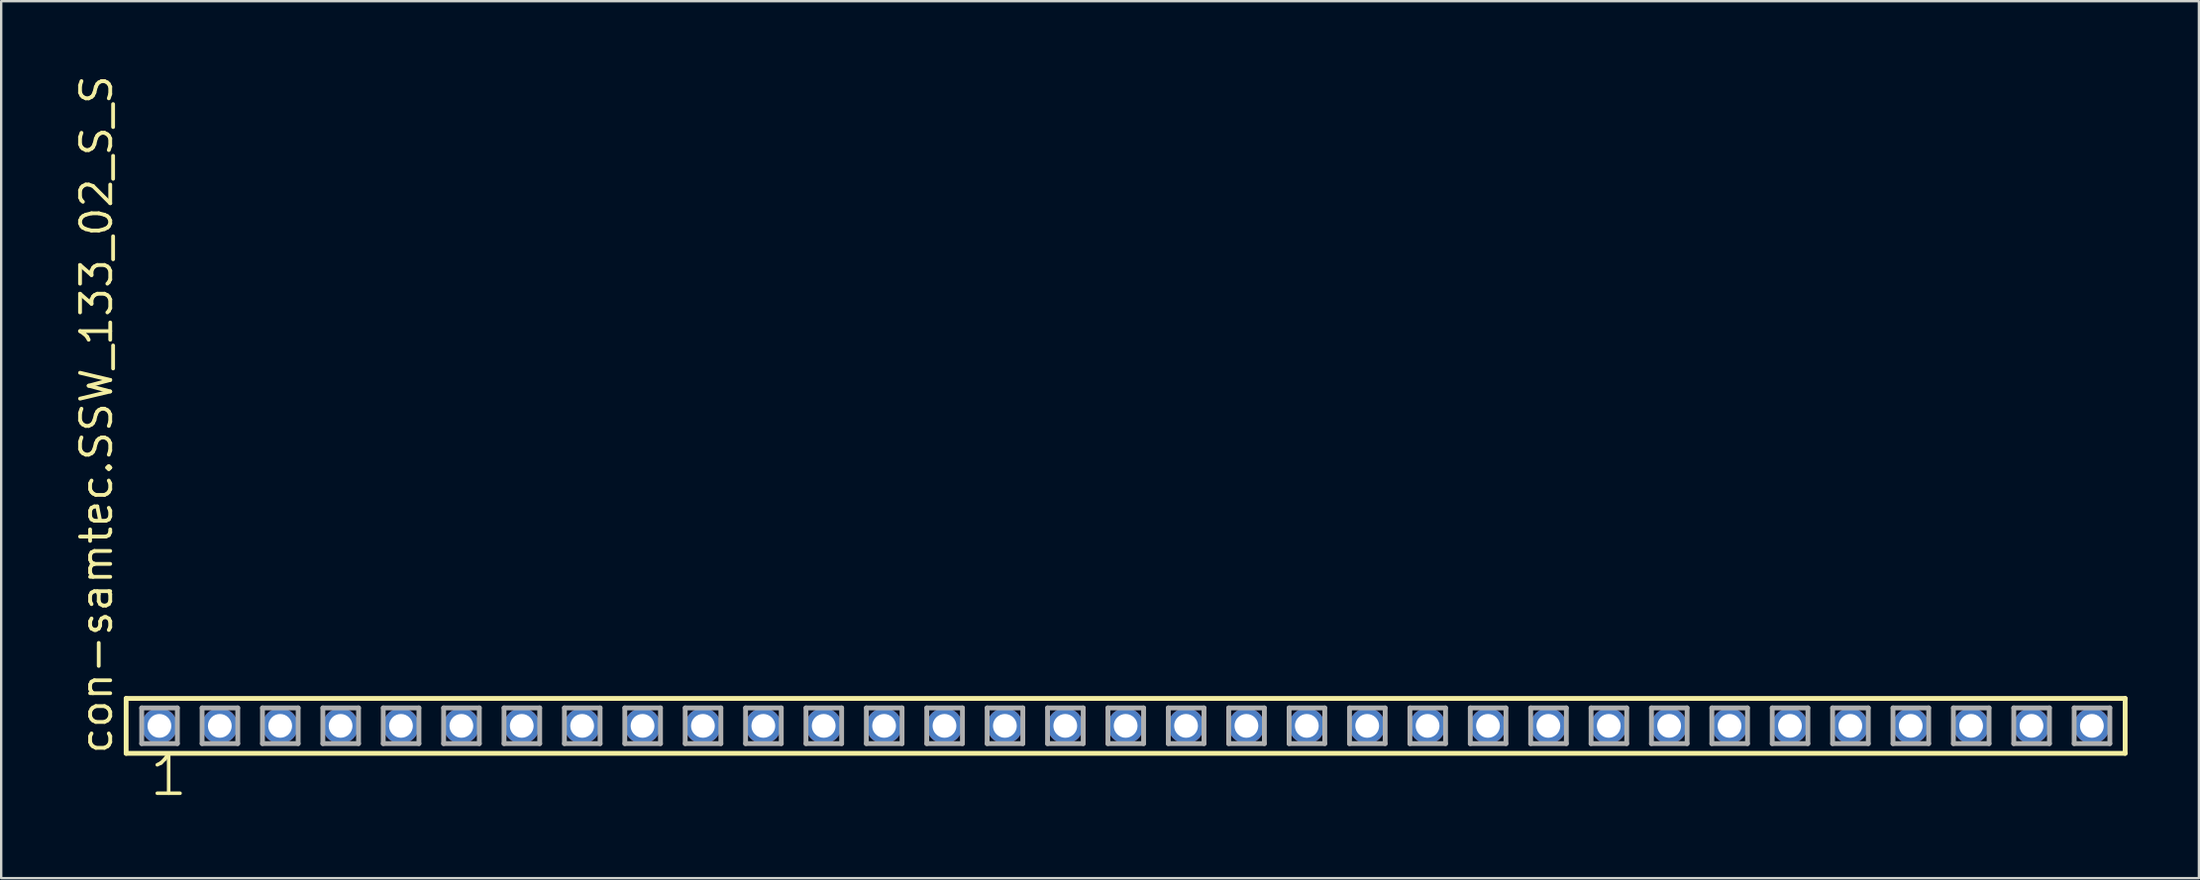
<source format=kicad_pcb>
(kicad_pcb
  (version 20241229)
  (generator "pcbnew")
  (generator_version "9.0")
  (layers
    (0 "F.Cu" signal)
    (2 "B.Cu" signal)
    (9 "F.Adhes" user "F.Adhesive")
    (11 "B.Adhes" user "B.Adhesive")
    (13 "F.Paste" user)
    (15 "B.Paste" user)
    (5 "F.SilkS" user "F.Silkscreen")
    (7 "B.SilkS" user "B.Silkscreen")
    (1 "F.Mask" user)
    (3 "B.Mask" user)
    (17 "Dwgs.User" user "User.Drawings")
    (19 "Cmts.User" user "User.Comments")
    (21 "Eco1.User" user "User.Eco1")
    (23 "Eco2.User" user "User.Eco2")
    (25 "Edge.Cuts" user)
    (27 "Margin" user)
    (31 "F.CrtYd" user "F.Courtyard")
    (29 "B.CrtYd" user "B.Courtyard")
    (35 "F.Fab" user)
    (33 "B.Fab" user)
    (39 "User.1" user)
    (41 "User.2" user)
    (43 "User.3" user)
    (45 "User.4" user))
  (footprint "con-samtec.SSW_133_02_S_S"
    (layer "F.Cu")
    (at 44.295 27.501)
    (property "Reference" "con-samtec.SSW_133_02_S_S" (at -42.545 1.27 90) (layer "F.SilkS") (effects (font (size 1.27 1.27) (thickness 0.16)) (justify left bottom)))
    (attr through_hole)
    (fp_line (start -42.039 -1.155) (end 42.039 -1.155) (stroke (width 0.203) (type default)) (layer "F.SilkS"))
    (fp_line (start -42.039 1.155) (end -42.039 -1.155) (stroke (width 0.203) (type default)) (layer "F.SilkS"))
    (fp_line (start 42.039 -1.155) (end 42.039 1.155) (stroke (width 0.203) (type default)) (layer "F.SilkS"))
    (fp_line (start 42.039 1.155) (end -42.039 1.155) (stroke (width 0.203) (type default)) (layer "F.SilkS"))
    (fp_line (start -41.385 -0.755) (end -39.885 -0.755) (stroke (width 0.203) (type default)) (layer "F.Fab"))
    (fp_line (start -41.385 0.745) (end -41.385 -0.755) (stroke (width 0.203) (type default)) (layer "F.Fab"))
    (fp_line (start -39.885 -0.755) (end -39.885 0.745) (stroke (width 0.203) (type default)) (layer "F.Fab"))
    (fp_line (start -39.885 0.745) (end -41.385 0.745) (stroke (width 0.203) (type default)) (layer "F.Fab"))
    (fp_line (start -38.845 -0.755) (end -37.345 -0.755) (stroke (width 0.203) (type default)) (layer "F.Fab"))
    (fp_line (start -38.845 0.745) (end -38.845 -0.755) (stroke (width 0.203) (type default)) (layer "F.Fab"))
    (fp_line (start -37.345 -0.755) (end -37.345 0.745) (stroke (width 0.203) (type default)) (layer "F.Fab"))
    (fp_line (start -37.345 0.745) (end -38.845 0.745) (stroke (width 0.203) (type default)) (layer "F.Fab"))
    (fp_line (start -36.305 -0.755) (end -34.805 -0.755) (stroke (width 0.203) (type default)) (layer "F.Fab"))
    (fp_line (start -36.305 0.745) (end -36.305 -0.755) (stroke (width 0.203) (type default)) (layer "F.Fab"))
    (fp_line (start -34.805 -0.755) (end -34.805 0.745) (stroke (width 0.203) (type default)) (layer "F.Fab"))
    (fp_line (start -34.805 0.745) (end -36.305 0.745) (stroke (width 0.203) (type default)) (layer "F.Fab"))
    (fp_line (start -33.765 -0.755) (end -32.265 -0.755) (stroke (width 0.203) (type default)) (layer "F.Fab"))
    (fp_line (start -33.765 0.745) (end -33.765 -0.755) (stroke (width 0.203) (type default)) (layer "F.Fab"))
    (fp_line (start -32.265 -0.755) (end -32.265 0.745) (stroke (width 0.203) (type default)) (layer "F.Fab"))
    (fp_line (start -32.265 0.745) (end -33.765 0.745) (stroke (width 0.203) (type default)) (layer "F.Fab"))
    (fp_line (start -31.225 -0.755) (end -29.725 -0.755) (stroke (width 0.203) (type default)) (layer "F.Fab"))
    (fp_line (start -31.225 0.745) (end -31.225 -0.755) (stroke (width 0.203) (type default)) (layer "F.Fab"))
    (fp_line (start -29.725 -0.755) (end -29.725 0.745) (stroke (width 0.203) (type default)) (layer "F.Fab"))
    (fp_line (start -29.725 0.745) (end -31.225 0.745) (stroke (width 0.203) (type default)) (layer "F.Fab"))
    (fp_line (start -28.685 -0.755) (end -27.185 -0.755) (stroke (width 0.203) (type default)) (layer "F.Fab"))
    (fp_line (start -28.685 0.745) (end -28.685 -0.755) (stroke (width 0.203) (type default)) (layer "F.Fab"))
    (fp_line (start -27.185 -0.755) (end -27.185 0.745) (stroke (width 0.203) (type default)) (layer "F.Fab"))
    (fp_line (start -27.185 0.745) (end -28.685 0.745) (stroke (width 0.203) (type default)) (layer "F.Fab"))
    (fp_line (start -26.145 -0.755) (end -24.645 -0.755) (stroke (width 0.203) (type default)) (layer "F.Fab"))
    (fp_line (start -26.145 0.745) (end -26.145 -0.755) (stroke (width 0.203) (type default)) (layer "F.Fab"))
    (fp_line (start -24.645 -0.755) (end -24.645 0.745) (stroke (width 0.203) (type default)) (layer "F.Fab"))
    (fp_line (start -24.645 0.745) (end -26.145 0.745) (stroke (width 0.203) (type default)) (layer "F.Fab"))
    (fp_line (start -23.605 -0.755) (end -22.105 -0.755) (stroke (width 0.203) (type default)) (layer "F.Fab"))
    (fp_line (start -23.605 0.745) (end -23.605 -0.755) (stroke (width 0.203) (type default)) (layer "F.Fab"))
    (fp_line (start -22.105 -0.755) (end -22.105 0.745) (stroke (width 0.203) (type default)) (layer "F.Fab"))
    (fp_line (start -22.105 0.745) (end -23.605 0.745) (stroke (width 0.203) (type default)) (layer "F.Fab"))
    (fp_line (start -21.065 -0.755) (end -19.565 -0.755) (stroke (width 0.203) (type default)) (layer "F.Fab"))
    (fp_line (start -21.065 0.745) (end -21.065 -0.755) (stroke (width 0.203) (type default)) (layer "F.Fab"))
    (fp_line (start -19.565 -0.755) (end -19.565 0.745) (stroke (width 0.203) (type default)) (layer "F.Fab"))
    (fp_line (start -19.565 0.745) (end -21.065 0.745) (stroke (width 0.203) (type default)) (layer "F.Fab"))
    (fp_line (start -18.525 -0.755) (end -17.025 -0.755) (stroke (width 0.203) (type default)) (layer "F.Fab"))
    (fp_line (start -18.525 0.745) (end -18.525 -0.755) (stroke (width 0.203) (type default)) (layer "F.Fab"))
    (fp_line (start -17.025 -0.755) (end -17.025 0.745) (stroke (width 0.203) (type default)) (layer "F.Fab"))
    (fp_line (start -17.025 0.745) (end -18.525 0.745) (stroke (width 0.203) (type default)) (layer "F.Fab"))
    (fp_line (start -15.985 -0.755) (end -14.485 -0.755) (stroke (width 0.203) (type default)) (layer "F.Fab"))
    (fp_line (start -15.985 0.745) (end -15.985 -0.755) (stroke (width 0.203) (type default)) (layer "F.Fab"))
    (fp_line (start -14.485 -0.755) (end -14.485 0.745) (stroke (width 0.203) (type default)) (layer "F.Fab"))
    (fp_line (start -14.485 0.745) (end -15.985 0.745) (stroke (width 0.203) (type default)) (layer "F.Fab"))
    (fp_line (start -13.445 -0.755) (end -11.945 -0.755) (stroke (width 0.203) (type default)) (layer "F.Fab"))
    (fp_line (start -13.445 0.745) (end -13.445 -0.755) (stroke (width 0.203) (type default)) (layer "F.Fab"))
    (fp_line (start -11.945 -0.755) (end -11.945 0.745) (stroke (width 0.203) (type default)) (layer "F.Fab"))
    (fp_line (start -11.945 0.745) (end -13.445 0.745) (stroke (width 0.203) (type default)) (layer "F.Fab"))
    (fp_line (start -10.905 -0.755) (end -9.405 -0.755) (stroke (width 0.203) (type default)) (layer "F.Fab"))
    (fp_line (start -10.905 0.745) (end -10.905 -0.755) (stroke (width 0.203) (type default)) (layer "F.Fab"))
    (fp_line (start -9.405 -0.755) (end -9.405 0.745) (stroke (width 0.203) (type default)) (layer "F.Fab"))
    (fp_line (start -9.405 0.745) (end -10.905 0.745) (stroke (width 0.203) (type default)) (layer "F.Fab"))
    (fp_line (start -8.365 -0.755) (end -6.865 -0.755) (stroke (width 0.203) (type default)) (layer "F.Fab"))
    (fp_line (start -8.365 0.745) (end -8.365 -0.755) (stroke (width 0.203) (type default)) (layer "F.Fab"))
    (fp_line (start -6.865 -0.755) (end -6.865 0.745) (stroke (width 0.203) (type default)) (layer "F.Fab"))
    (fp_line (start -6.865 0.745) (end -8.365 0.745) (stroke (width 0.203) (type default)) (layer "F.Fab"))
    (fp_line (start -5.825 -0.755) (end -4.325 -0.755) (stroke (width 0.203) (type default)) (layer "F.Fab"))
    (fp_line (start -5.825 0.745) (end -5.825 -0.755) (stroke (width 0.203) (type default)) (layer "F.Fab"))
    (fp_line (start -4.325 -0.755) (end -4.325 0.745) (stroke (width 0.203) (type default)) (layer "F.Fab"))
    (fp_line (start -4.325 0.745) (end -5.825 0.745) (stroke (width 0.203) (type default)) (layer "F.Fab"))
    (fp_line (start -3.285 -0.755) (end -1.785 -0.755) (stroke (width 0.203) (type default)) (layer "F.Fab"))
    (fp_line (start -3.285 0.745) (end -3.285 -0.755) (stroke (width 0.203) (type default)) (layer "F.Fab"))
    (fp_line (start -1.785 -0.755) (end -1.785 0.745) (stroke (width 0.203) (type default)) (layer "F.Fab"))
    (fp_line (start -1.785 0.745) (end -3.285 0.745) (stroke (width 0.203) (type default)) (layer "F.Fab"))
    (fp_line (start -0.745 -0.755) (end 0.755 -0.755) (stroke (width 0.203) (type default)) (layer "F.Fab"))
    (fp_line (start -0.745 0.745) (end -0.745 -0.755) (stroke (width 0.203) (type default)) (layer "F.Fab"))
    (fp_line (start 0.755 -0.755) (end 0.755 0.745) (stroke (width 0.203) (type default)) (layer "F.Fab"))
    (fp_line (start 0.755 0.745) (end -0.745 0.745) (stroke (width 0.203) (type default)) (layer "F.Fab"))
    (fp_line (start 1.795 -0.755) (end 3.295 -0.755) (stroke (width 0.203) (type default)) (layer "F.Fab"))
    (fp_line (start 1.795 0.745) (end 1.795 -0.755) (stroke (width 0.203) (type default)) (layer "F.Fab"))
    (fp_line (start 3.295 -0.755) (end 3.295 0.745) (stroke (width 0.203) (type default)) (layer "F.Fab"))
    (fp_line (start 3.295 0.745) (end 1.795 0.745) (stroke (width 0.203) (type default)) (layer "F.Fab"))
    (fp_line (start 4.335 -0.755) (end 5.835 -0.755) (stroke (width 0.203) (type default)) (layer "F.Fab"))
    (fp_line (start 4.335 0.745) (end 4.335 -0.755) (stroke (width 0.203) (type default)) (layer "F.Fab"))
    (fp_line (start 5.835 -0.755) (end 5.835 0.745) (stroke (width 0.203) (type default)) (layer "F.Fab"))
    (fp_line (start 5.835 0.745) (end 4.335 0.745) (stroke (width 0.203) (type default)) (layer "F.Fab"))
    (fp_line (start 6.875 -0.755) (end 8.375 -0.755) (stroke (width 0.203) (type default)) (layer "F.Fab"))
    (fp_line (start 6.875 0.745) (end 6.875 -0.755) (stroke (width 0.203) (type default)) (layer "F.Fab"))
    (fp_line (start 8.375 -0.755) (end 8.375 0.745) (stroke (width 0.203) (type default)) (layer "F.Fab"))
    (fp_line (start 8.375 0.745) (end 6.875 0.745) (stroke (width 0.203) (type default)) (layer "F.Fab"))
    (fp_line (start 9.415 -0.755) (end 10.915 -0.755) (stroke (width 0.203) (type default)) (layer "F.Fab"))
    (fp_line (start 9.415 0.745) (end 9.415 -0.755) (stroke (width 0.203) (type default)) (layer "F.Fab"))
    (fp_line (start 10.915 -0.755) (end 10.915 0.745) (stroke (width 0.203) (type default)) (layer "F.Fab"))
    (fp_line (start 10.915 0.745) (end 9.415 0.745) (stroke (width 0.203) (type default)) (layer "F.Fab"))
    (fp_line (start 11.955 -0.755) (end 13.455 -0.755) (stroke (width 0.203) (type default)) (layer "F.Fab"))
    (fp_line (start 11.955 0.745) (end 11.955 -0.755) (stroke (width 0.203) (type default)) (layer "F.Fab"))
    (fp_line (start 13.455 -0.755) (end 13.455 0.745) (stroke (width 0.203) (type default)) (layer "F.Fab"))
    (fp_line (start 13.455 0.745) (end 11.955 0.745) (stroke (width 0.203) (type default)) (layer "F.Fab"))
    (fp_line (start 14.495 -0.755) (end 15.995 -0.755) (stroke (width 0.203) (type default)) (layer "F.Fab"))
    (fp_line (start 14.495 0.745) (end 14.495 -0.755) (stroke (width 0.203) (type default)) (layer "F.Fab"))
    (fp_line (start 15.995 -0.755) (end 15.995 0.745) (stroke (width 0.203) (type default)) (layer "F.Fab"))
    (fp_line (start 15.995 0.745) (end 14.495 0.745) (stroke (width 0.203) (type default)) (layer "F.Fab"))
    (fp_line (start 17.035 -0.755) (end 18.535 -0.755) (stroke (width 0.203) (type default)) (layer "F.Fab"))
    (fp_line (start 17.035 0.745) (end 17.035 -0.755) (stroke (width 0.203) (type default)) (layer "F.Fab"))
    (fp_line (start 18.535 -0.755) (end 18.535 0.745) (stroke (width 0.203) (type default)) (layer "F.Fab"))
    (fp_line (start 18.535 0.745) (end 17.035 0.745) (stroke (width 0.203) (type default)) (layer "F.Fab"))
    (fp_line (start 19.575 -0.755) (end 21.075 -0.755) (stroke (width 0.203) (type default)) (layer "F.Fab"))
    (fp_line (start 19.575 0.745) (end 19.575 -0.755) (stroke (width 0.203) (type default)) (layer "F.Fab"))
    (fp_line (start 21.075 -0.755) (end 21.075 0.745) (stroke (width 0.203) (type default)) (layer "F.Fab"))
    (fp_line (start 21.075 0.745) (end 19.575 0.745) (stroke (width 0.203) (type default)) (layer "F.Fab"))
    (fp_line (start 22.115 -0.755) (end 23.615 -0.755) (stroke (width 0.203) (type default)) (layer "F.Fab"))
    (fp_line (start 22.115 0.745) (end 22.115 -0.755) (stroke (width 0.203) (type default)) (layer "F.Fab"))
    (fp_line (start 23.615 -0.755) (end 23.615 0.745) (stroke (width 0.203) (type default)) (layer "F.Fab"))
    (fp_line (start 23.615 0.745) (end 22.115 0.745) (stroke (width 0.203) (type default)) (layer "F.Fab"))
    (fp_line (start 24.655 -0.755) (end 26.155 -0.755) (stroke (width 0.203) (type default)) (layer "F.Fab"))
    (fp_line (start 24.655 0.745) (end 24.655 -0.755) (stroke (width 0.203) (type default)) (layer "F.Fab"))
    (fp_line (start 26.155 -0.755) (end 26.155 0.745) (stroke (width 0.203) (type default)) (layer "F.Fab"))
    (fp_line (start 26.155 0.745) (end 24.655 0.745) (stroke (width 0.203) (type default)) (layer "F.Fab"))
    (fp_line (start 27.195 -0.755) (end 28.695 -0.755) (stroke (width 0.203) (type default)) (layer "F.Fab"))
    (fp_line (start 27.195 0.745) (end 27.195 -0.755) (stroke (width 0.203) (type default)) (layer "F.Fab"))
    (fp_line (start 28.695 -0.755) (end 28.695 0.745) (stroke (width 0.203) (type default)) (layer "F.Fab"))
    (fp_line (start 28.695 0.745) (end 27.195 0.745) (stroke (width 0.203) (type default)) (layer "F.Fab"))
    (fp_line (start 29.735 -0.755) (end 31.235 -0.755) (stroke (width 0.203) (type default)) (layer "F.Fab"))
    (fp_line (start 29.735 0.745) (end 29.735 -0.755) (stroke (width 0.203) (type default)) (layer "F.Fab"))
    (fp_line (start 31.235 -0.755) (end 31.235 0.745) (stroke (width 0.203) (type default)) (layer "F.Fab"))
    (fp_line (start 31.235 0.745) (end 29.735 0.745) (stroke (width 0.203) (type default)) (layer "F.Fab"))
    (fp_line (start 32.275 -0.755) (end 33.775 -0.755) (stroke (width 0.203) (type default)) (layer "F.Fab"))
    (fp_line (start 32.275 0.745) (end 32.275 -0.755) (stroke (width 0.203) (type default)) (layer "F.Fab"))
    (fp_line (start 33.775 -0.755) (end 33.775 0.745) (stroke (width 0.203) (type default)) (layer "F.Fab"))
    (fp_line (start 33.775 0.745) (end 32.275 0.745) (stroke (width 0.203) (type default)) (layer "F.Fab"))
    (fp_line (start 34.815 -0.755) (end 36.315 -0.755) (stroke (width 0.203) (type default)) (layer "F.Fab"))
    (fp_line (start 34.815 0.745) (end 34.815 -0.755) (stroke (width 0.203) (type default)) (layer "F.Fab"))
    (fp_line (start 36.315 -0.755) (end 36.315 0.745) (stroke (width 0.203) (type default)) (layer "F.Fab"))
    (fp_line (start 36.315 0.745) (end 34.815 0.745) (stroke (width 0.203) (type default)) (layer "F.Fab"))
    (fp_line (start 37.355 -0.755) (end 38.855 -0.755) (stroke (width 0.203) (type default)) (layer "F.Fab"))
    (fp_line (start 37.355 0.745) (end 37.355 -0.755) (stroke (width 0.203) (type default)) (layer "F.Fab"))
    (fp_line (start 38.855 -0.755) (end 38.855 0.745) (stroke (width 0.203) (type default)) (layer "F.Fab"))
    (fp_line (start 38.855 0.745) (end 37.355 0.745) (stroke (width 0.203) (type default)) (layer "F.Fab"))
    (fp_line (start 39.895 -0.755) (end 41.395 -0.755) (stroke (width 0.203) (type default)) (layer "F.Fab"))
    (fp_line (start 39.895 0.745) (end 39.895 -0.755) (stroke (width 0.203) (type default)) (layer "F.Fab"))
    (fp_line (start 41.395 -0.755) (end 41.395 0.745) (stroke (width 0.203) (type default)) (layer "F.Fab"))
    (fp_line (start 41.395 0.745) (end 39.895 0.745) (stroke (width 0.203) (type default)) (layer "F.Fab"))
    (fp_text user "1" (at -41.148 3.048 0) (layer "F.SilkS") (effects (font (size 1.676 1.676) (thickness 0.15)) (justify left bottom)))
    (pad "1" thru_hole circle (at -40.64 0) (size 1.5 1.5) (drill 1) (layers "*.Cu" "*.Mask"))
    (pad "2" thru_hole circle (at -38.1 0) (size 1.5 1.5) (drill 1) (layers "*.Cu" "*.Mask"))
    (pad "3" thru_hole circle (at -35.56 0) (size 1.5 1.5) (drill 1) (layers "*.Cu" "*.Mask"))
    (pad "4" thru_hole circle (at -33.02 0) (size 1.5 1.5) (drill 1) (layers "*.Cu" "*.Mask"))
    (pad "5" thru_hole circle (at -30.48 0) (size 1.5 1.5) (drill 1) (layers "*.Cu" "*.Mask"))
    (pad "6" thru_hole circle (at -27.94 0) (size 1.5 1.5) (drill 1) (layers "*.Cu" "*.Mask"))
    (pad "7" thru_hole circle (at -25.4 0) (size 1.5 1.5) (drill 1) (layers "*.Cu" "*.Mask"))
    (pad "8" thru_hole circle (at -22.86 0) (size 1.5 1.5) (drill 1) (layers "*.Cu" "*.Mask"))
    (pad "9" thru_hole circle (at -20.32 0) (size 1.5 1.5) (drill 1) (layers "*.Cu" "*.Mask"))
    (pad "10" thru_hole circle (at -17.78 0) (size 1.5 1.5) (drill 1) (layers "*.Cu" "*.Mask"))
    (pad "11" thru_hole circle (at -15.24 0) (size 1.5 1.5) (drill 1) (layers "*.Cu" "*.Mask"))
    (pad "12" thru_hole circle (at -12.7 0) (size 1.5 1.5) (drill 1) (layers "*.Cu" "*.Mask"))
    (pad "13" thru_hole circle (at -10.16 0) (size 1.5 1.5) (drill 1) (layers "*.Cu" "*.Mask"))
    (pad "14" thru_hole circle (at -7.62 0) (size 1.5 1.5) (drill 1) (layers "*.Cu" "*.Mask"))
    (pad "15" thru_hole circle (at -5.08 0) (size 1.5 1.5) (drill 1) (layers "*.Cu" "*.Mask"))
    (pad "16" thru_hole circle (at -2.54 0) (size 1.5 1.5) (drill 1) (layers "*.Cu" "*.Mask"))
    (pad "17" thru_hole circle (at 0 0) (size 1.5 1.5) (drill 1) (layers "*.Cu" "*.Mask"))
    (pad "18" thru_hole circle (at 2.54 0) (size 1.5 1.5) (drill 1) (layers "*.Cu" "*.Mask"))
    (pad "19" thru_hole circle (at 5.08 0) (size 1.5 1.5) (drill 1) (layers "*.Cu" "*.Mask"))
    (pad "20" thru_hole circle (at 7.62 0) (size 1.5 1.5) (drill 1) (layers "*.Cu" "*.Mask"))
    (pad "21" thru_hole circle (at 10.16 0) (size 1.5 1.5) (drill 1) (layers "*.Cu" "*.Mask"))
    (pad "22" thru_hole circle (at 12.7 0) (size 1.5 1.5) (drill 1) (layers "*.Cu" "*.Mask"))
    (pad "23" thru_hole circle (at 15.24 0) (size 1.5 1.5) (drill 1) (layers "*.Cu" "*.Mask"))
    (pad "24" thru_hole circle (at 17.78 0) (size 1.5 1.5) (drill 1) (layers "*.Cu" "*.Mask"))
    (pad "25" thru_hole circle (at 20.32 0) (size 1.5 1.5) (drill 1) (layers "*.Cu" "*.Mask"))
    (pad "26" thru_hole circle (at 22.86 0) (size 1.5 1.5) (drill 1) (layers "*.Cu" "*.Mask"))
    (pad "27" thru_hole circle (at 25.4 0) (size 1.5 1.5) (drill 1) (layers "*.Cu" "*.Mask"))
    (pad "28" thru_hole circle (at 27.94 0) (size 1.5 1.5) (drill 1) (layers "*.Cu" "*.Mask"))
    (pad "29" thru_hole circle (at 30.48 0) (size 1.5 1.5) (drill 1) (layers "*.Cu" "*.Mask"))
    (pad "30" thru_hole circle (at 33.02 0) (size 1.5 1.5) (drill 1) (layers "*.Cu" "*.Mask"))
    (pad "31" thru_hole circle (at 35.56 0) (size 1.5 1.5) (drill 1) (layers "*.Cu" "*.Mask"))
    (pad "32" thru_hole circle (at 38.1 0) (size 1.5 1.5) (drill 1) (layers "*.Cu" "*.Mask"))
    (pad "33" thru_hole circle (at 40.64 0) (size 1.5 1.5) (drill 1) (layers "*.Cu" "*.Mask")))
  (gr_rect
    (start -3 -3)
    (end 89.436 33.91)
    (stroke (width 0.1) (type default))
    (fill no)
    (layer "Edge.Cuts")))
</source>
